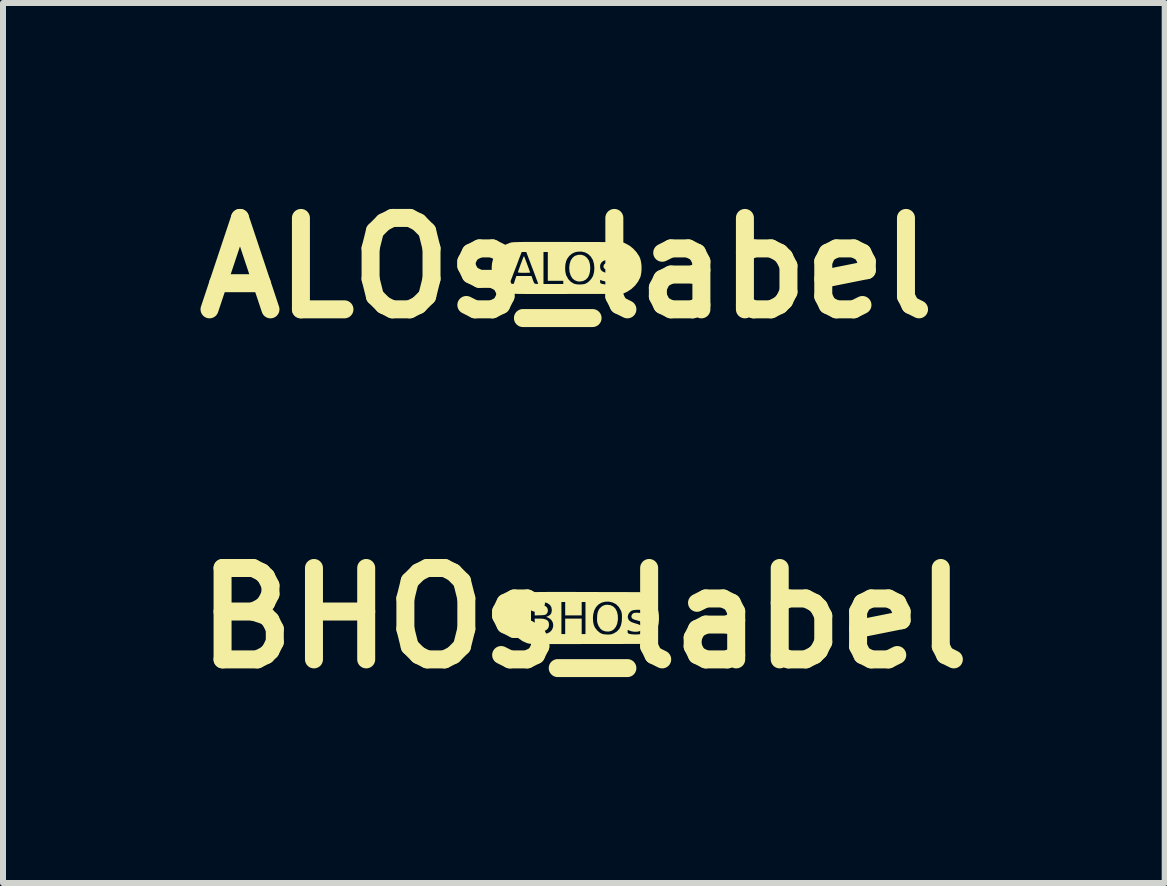
<source format=kicad_pcb>
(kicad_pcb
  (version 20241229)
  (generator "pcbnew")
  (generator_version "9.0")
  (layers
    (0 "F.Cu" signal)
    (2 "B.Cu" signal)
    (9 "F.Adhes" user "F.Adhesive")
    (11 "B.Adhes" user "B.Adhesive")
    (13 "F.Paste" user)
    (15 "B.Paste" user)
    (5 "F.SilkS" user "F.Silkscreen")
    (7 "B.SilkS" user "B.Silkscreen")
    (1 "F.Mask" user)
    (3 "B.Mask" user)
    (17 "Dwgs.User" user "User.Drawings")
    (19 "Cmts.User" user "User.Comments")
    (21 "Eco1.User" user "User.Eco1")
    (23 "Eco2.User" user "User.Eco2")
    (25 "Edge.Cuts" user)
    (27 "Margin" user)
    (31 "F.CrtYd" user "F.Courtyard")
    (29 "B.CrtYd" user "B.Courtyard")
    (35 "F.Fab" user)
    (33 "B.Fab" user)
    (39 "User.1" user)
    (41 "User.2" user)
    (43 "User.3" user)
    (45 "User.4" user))
  (footprint "ALOs_label"
    (layer "F.Cu")
    (at 6.394 1.418)
    (property "Reference" "ALOs_label" (at 0 0 0) (layer "F.SilkS") (effects (font (size 1.524 1.524) (thickness 0.3))))
    (attr board_only exclude_from_pos_files exclude_from_bom)
    (fp_poly (pts (xy 0.249 -0.22) (xy 0.297 -0.205) (xy 0.338 -0.174) (xy 0.37 -0.13) (xy 0.378 -0.113) (xy 0.392 -0.062) (xy 0.397 -0.004) (xy 0.393 0.056) (xy 0.38 0.111) (xy 0.359 0.156) (xy 0.356 0.16) (xy 0.32 0.196) (xy 0.275 0.218) (xy 0.223 0.226) (xy 0.185 0.223) (xy 0.138 0.205) (xy 0.1 0.174) (xy 0.071 0.128) (xy 0.053 0.069) (xy 0.051 0.061) (xy 0.046 -0.005) (xy 0.053 -0.067) (xy 0.07 -0.122) (xy 0.098 -0.166) (xy 0.134 -0.198) (xy 0.145 -0.204) (xy 0.197 -0.22)) (stroke (width 0) (type solid)) (fill yes) (layer "F.SilkS"))
    (fp_poly (pts (xy -0.706 -0.192) (xy -0.703 -0.187) (xy -0.698 -0.175) (xy -0.688 -0.151) (xy -0.676 -0.117) (xy -0.661 -0.078) (xy -0.646 -0.037) (xy -0.631 0.002) (xy -0.619 0.037) (xy -0.61 0.062) (xy -0.605 0.075) (xy -0.605 0.076) (xy -0.614 0.078) (xy -0.636 0.079) (xy -0.669 0.08) (xy -0.708 0.08) (xy -0.748 0.08) (xy -0.781 0.078) (xy -0.802 0.075) (xy -0.81 0.073) (xy -0.807 0.062) (xy -0.799 0.038) (xy -0.787 0.004) (xy -0.772 -0.036) (xy -0.771 -0.041) (xy -0.75 -0.096) (xy -0.735 -0.137) (xy -0.724 -0.165) (xy -0.717 -0.183) (xy -0.712 -0.192) (xy -0.708 -0.194)) (stroke (width 0) (type solid)) (fill yes) (layer "F.SilkS"))
    (fp_poly (pts (xy -0.313 -0.435) (xy -0.189 -0.435) (xy -0.048 -0.434) (xy 0.023 -0.434) (xy 0.93 -0.432) (xy 0.979 -0.412) (xy 1.049 -0.374) (xy 1.113 -0.323) (xy 1.169 -0.262) (xy 1.213 -0.195) (xy 1.23 -0.156) (xy 1.243 -0.105) (xy 1.251 -0.044) (xy 1.252 0.021) (xy 1.247 0.084) (xy 1.236 0.139) (xy 1.23 0.156) (xy 1.195 0.226) (xy 1.146 0.291) (xy 1.085 0.348) (xy 1.018 0.393) (xy 0.979 0.412) (xy 0.93 0.432) (xy 0.018 0.433) (xy -0.13 0.434) (xy -0.261 0.434) (xy -0.377 0.434) (xy -0.477 0.434) (xy -0.565 0.434) (xy -0.64 0.434) (xy -0.703 0.433) (xy -0.756 0.433) (xy -0.801 0.432) (xy -0.836 0.431) (xy -0.865 0.43) (xy -0.888 0.429) (xy -0.906 0.427) (xy -0.92 0.425) (xy -0.931 0.423) (xy -0.94 0.42) (xy -0.945 0.419) (xy -1.023 0.385) (xy -1.092 0.336) (xy -1.152 0.275) (xy -1.156 0.268) (xy -0.95 0.268) (xy -0.938 0.267) (xy -0.383 0.267) (xy -0.053 0.267) (xy -0.053 0.214) (xy -0.311 0.214) (xy -0.311 -0.008) (xy -0.022 -0.008) (xy -0.02 0.049) (xy -0.011 0.1) (xy -0.002 0.127) (xy 0.031 0.186) (xy 0.071 0.229) (xy 0.119 0.258) (xy 0.132 0.264) (xy 0.169 0.272) (xy 0.215 0.275) (xy 0.262 0.273) (xy 0.303 0.267) (xy 0.306 0.266) (xy 0.344 0.248) (xy 0.37 0.227) (xy 0.561 0.227) (xy 0.563 0.247) (xy 0.572 0.258) (xy 0.594 0.265) (xy 0.594 0.265) (xy 0.638 0.273) (xy 0.688 0.275) (xy 0.736 0.272) (xy 0.776 0.264) (xy 0.789 0.259) (xy 0.825 0.237) (xy 0.846 0.209) (xy 0.854 0.171) (xy 0.854 0.158) (xy 0.852 0.127) (xy 0.844 0.106) (xy 0.829 0.089) (xy 0.804 0.071) (xy 0.772 0.056) (xy 0.765 0.054) (xy 0.713 0.04) (xy 0.677 0.03) (xy 0.652 0.021) (xy 0.636 0.013) (xy 0.627 0.005) (xy 0.621 -0.005) (xy 0.617 -0.033) (xy 0.628 -0.06) (xy 0.652 -0.079) (xy 0.656 -0.081) (xy 0.679 -0.085) (xy 0.713 -0.087) (xy 0.751 -0.085) (xy 0.788 -0.082) (xy 0.816 -0.076) (xy 0.817 -0.076) (xy 0.831 -0.073) (xy 0.836 -0.082) (xy 0.837 -0.096) (xy 0.836 -0.11) (xy 0.831 -0.119) (xy 0.818 -0.125) (xy 0.793 -0.13) (xy 0.774 -0.134) (xy 0.711 -0.139) (xy 0.657 -0.133) (xy 0.613 -0.117) (xy 0.582 -0.091) (xy 0.564 -0.056) (xy 0.561 -0.028) (xy 0.564 0.007) (xy 0.576 0.035) (xy 0.599 0.056) (xy 0.635 0.073) (xy 0.686 0.089) (xy 0.692 0.09) (xy 0.737 0.104) (xy 0.768 0.119) (xy 0.781 0.13) (xy 0.797 0.153) (xy 0.799 0.172) (xy 0.785 0.195) (xy 0.78 0.201) (xy 0.752 0.221) (xy 0.713 0.23) (xy 0.666 0.229) (xy 0.613 0.216) (xy 0.612 0.216) (xy 0.561 0.199) (xy 0.561 0.227) (xy 0.37 0.227) (xy 0.382 0.217) (xy 0.416 0.178) (xy 0.441 0.136) (xy 0.445 0.126) (xy 0.461 0.065) (xy 0.465 -0.003) (xy 0.459 -0.069) (xy 0.442 -0.128) (xy 0.44 -0.134) (xy 0.406 -0.19) (xy 0.361 -0.233) (xy 0.308 -0.261) (xy 0.247 -0.274) (xy 0.181 -0.271) (xy 0.142 -0.262) (xy 0.093 -0.239) (xy 0.048 -0.202) (xy 0.013 -0.155) (xy -0.005 -0.115) (xy -0.017 -0.065) (xy -0.022 -0.008) (xy -0.311 -0.008) (xy -0.311 -0.267) (xy -0.383 -0.267) (xy -0.383 0.267) (xy -0.938 0.267) (xy -0.878 0.263) (xy -0.857 0.198) (xy -0.835 0.133) (xy -0.583 0.133) (xy -0.56 0.198) (xy -0.548 0.231) (xy -0.538 0.25) (xy -0.529 0.26) (xy -0.516 0.264) (xy -0.504 0.265) (xy -0.483 0.266) (xy -0.472 0.264) (xy -0.472 0.263) (xy -0.475 0.253) (xy -0.483 0.229) (xy -0.497 0.193) (xy -0.514 0.146) (xy -0.535 0.09) (xy -0.558 0.028) (xy -0.571 -0.005) (xy -0.67 -0.267) (xy -0.746 -0.267) (xy -0.778 -0.185) (xy -0.791 -0.151) (xy -0.808 -0.105) (xy -0.829 -0.049) (xy -0.852 0.01) (xy -0.875 0.071) (xy -0.88 0.083) (xy -0.95 0.268) (xy -1.156 0.268) (xy -1.199 0.203) (xy -1.225 0.143) (xy -1.241 0.076) (xy -1.247 0.002) (xy -1.242 -0.073) (xy -1.226 -0.141) (xy -1.225 -0.143) (xy -1.188 -0.223) (xy -1.138 -0.292) (xy -1.075 -0.35) (xy -1.003 -0.395) (xy -0.934 -0.422) (xy -0.924 -0.424) (xy -0.912 -0.427) (xy -0.897 -0.428) (xy -0.877 -0.43) (xy -0.851 -0.431) (xy -0.818 -0.432) (xy -0.778 -0.433) (xy -0.729 -0.434) (xy -0.67 -0.434) (xy -0.6 -0.435) (xy -0.518 -0.435) (xy -0.423 -0.435)) (stroke (width 0) (type solid)) (fill yes) (layer "F.SilkS")))
  (footprint "BHOs_label"
    (layer "F.Cu")
    (at 6.684 7.254)
    (property "Reference" "BHOs_label" (at 0 0 0) (layer "F.SilkS") (effects (font (size 1.524 1.524) (thickness 0.3))))
    (attr board_only exclude_from_pos_files exclude_from_bom)
    (fp_poly (pts (xy -0.711 -0.212) (xy -0.677 -0.209) (xy -0.652 -0.204) (xy -0.651 -0.204) (xy -0.623 -0.186) (xy -0.605 -0.157) (xy -0.599 -0.124) (xy -0.606 -0.092) (xy -0.624 -0.066) (xy -0.637 -0.057) (xy -0.655 -0.052) (xy -0.683 -0.048) (xy -0.725 -0.046) (xy -0.731 -0.046) (xy -0.819 -0.043) (xy -0.819 -0.214) (xy -0.749 -0.214)) (stroke (width 0) (type solid)) (fill yes) (layer "F.SilkS"))
    (fp_poly (pts (xy -0.741 0.009) (xy -0.68 0.012) (xy -0.634 0.024) (xy -0.603 0.043) (xy -0.586 0.071) (xy -0.581 0.11) (xy -0.582 0.124) (xy -0.589 0.157) (xy -0.605 0.181) (xy -0.613 0.189) (xy -0.627 0.2) (xy -0.64 0.207) (xy -0.658 0.211) (xy -0.684 0.213) (xy -0.722 0.214) (xy -0.73 0.214) (xy -0.819 0.214) (xy -0.819 0.009)) (stroke (width 0) (type solid)) (fill yes) (layer "F.SilkS"))
    (fp_poly (pts (xy 0.447 -0.214) (xy 0.492 -0.191) (xy 0.527 -0.155) (xy 0.552 -0.106) (xy 0.566 -0.046) (xy 0.568 0.024) (xy 0.567 0.031) (xy 0.556 0.095) (xy 0.533 0.148) (xy 0.501 0.188) (xy 0.459 0.215) (xy 0.41 0.226) (xy 0.355 0.222) (xy 0.353 0.221) (xy 0.309 0.205) (xy 0.275 0.177) (xy 0.247 0.134) (xy 0.244 0.129) (xy 0.231 0.097) (xy 0.223 0.067) (xy 0.22 0.03) (xy 0.22 0.011) (xy 0.223 -0.052) (xy 0.233 -0.102) (xy 0.252 -0.143) (xy 0.269 -0.166) (xy 0.309 -0.201) (xy 0.355 -0.219) (xy 0.394 -0.222)) (stroke (width 0) (type solid)) (fill yes) (layer "F.SilkS"))
    (fp_poly (pts (xy -0.313 -0.435) (xy -0.189 -0.435) (xy -0.048 -0.434) (xy 0.023 -0.434) (xy 0.93 -0.432) (xy 0.979 -0.412) (xy 1.049 -0.374) (xy 1.113 -0.323) (xy 1.169 -0.262) (xy 1.213 -0.195) (xy 1.23 -0.156) (xy 1.243 -0.105) (xy 1.251 -0.044) (xy 1.252 0.021) (xy 1.247 0.084) (xy 1.236 0.139) (xy 1.23 0.156) (xy 1.195 0.226) (xy 1.146 0.291) (xy 1.085 0.348) (xy 1.018 0.393) (xy 0.979 0.412) (xy 0.93 0.432) (xy 0.018 0.433) (xy -0.13 0.434) (xy -0.261 0.434) (xy -0.377 0.434) (xy -0.477 0.434) (xy -0.565 0.434) (xy -0.64 0.434) (xy -0.703 0.433) (xy -0.756 0.433) (xy -0.801 0.432) (xy -0.836 0.431) (xy -0.865 0.43) (xy -0.888 0.429) (xy -0.906 0.427) (xy -0.92 0.425) (xy -0.931 0.423) (xy -0.94 0.42) (xy -0.945 0.419) (xy -1.023 0.385) (xy -1.092 0.336) (xy -1.152 0.275) (xy -1.199 0.203) (xy -1.225 0.143) (xy -1.241 0.076) (xy -1.247 0.002) (xy -1.242 -0.073) (xy -1.226 -0.141) (xy -1.225 -0.143) (xy -1.188 -0.223) (xy -1.154 -0.269) (xy -0.881 -0.269) (xy -0.881 0.267) (xy -0.764 0.267) (xy -0.374 0.267) (xy -0.311 0.267) (xy -0.311 0.009) (xy -0.036 0.009) (xy -0.036 0.267) (xy 0.027 0.267) (xy 0.027 -0.001) (xy 0.151 -0.001) (xy 0.155 0.064) (xy 0.166 0.116) (xy 0.186 0.161) (xy 0.218 0.201) (xy 0.225 0.209) (xy 0.259 0.239) (xy 0.292 0.259) (xy 0.329 0.27) (xy 0.376 0.274) (xy 0.397 0.275) (xy 0.437 0.274) (xy 0.468 0.268) (xy 0.498 0.256) (xy 0.505 0.253) (xy 0.546 0.227) (xy 0.73 0.227) (xy 0.732 0.247) (xy 0.741 0.257) (xy 0.762 0.265) (xy 0.763 0.265) (xy 0.798 0.271) (xy 0.841 0.274) (xy 0.885 0.274) (xy 0.924 0.271) (xy 0.953 0.264) (xy 0.955 0.264) (xy 0.993 0.239) (xy 1.019 0.205) (xy 1.029 0.172) (xy 1.027 0.133) (xy 1.01 0.1) (xy 0.977 0.073) (xy 0.928 0.051) (xy 0.893 0.041) (xy 0.847 0.028) (xy 0.817 0.015) (xy 0.8 0.000231) (xy 0.793 -0.018) (xy 0.792 -0.026) (xy 0.8 -0.057) (xy 0.822 -0.078) (xy 0.842 -0.086) (xy 0.865 -0.088) (xy 0.898 -0.088) (xy 0.935 -0.085) (xy 0.967 -0.081) (xy 0.99 -0.076) (xy 0.99 -0.076) (xy 1.001 -0.074) (xy 1.005 -0.085) (xy 1.006 -0.097) (xy 1.004 -0.115) (xy 0.994 -0.125) (xy 0.972 -0.131) (xy 0.927 -0.137) (xy 0.879 -0.137) (xy 0.835 -0.133) (xy 0.8 -0.124) (xy 0.791 -0.119) (xy 0.761 -0.093) (xy 0.74 -0.059) (xy 0.732 -0.022) (xy 0.734 -0.005) (xy 0.744 0.025) (xy 0.765 0.049) (xy 0.798 0.069) (xy 0.847 0.086) (xy 0.861 0.09) (xy 0.913 0.106) (xy 0.948 0.124) (xy 0.967 0.144) (xy 0.971 0.168) (xy 0.961 0.196) (xy 0.961 0.196) (xy 0.943 0.213) (xy 0.911 0.224) (xy 0.872 0.229) (xy 0.827 0.227) (xy 0.783 0.218) (xy 0.76 0.209) (xy 0.73 0.197) (xy 0.73 0.227) (xy 0.546 0.227) (xy 0.555 0.22) (xy 0.593 0.178) (xy 0.618 0.124) (xy 0.632 0.059) (xy 0.635 0) (xy 0.635 -0.045) (xy 0.632 -0.077) (xy 0.626 -0.103) (xy 0.616 -0.129) (xy 0.581 -0.187) (xy 0.536 -0.231) (xy 0.481 -0.259) (xy 0.42 -0.273) (xy 0.353 -0.272) (xy 0.294 -0.256) (xy 0.243 -0.225) (xy 0.203 -0.182) (xy 0.173 -0.126) (xy 0.156 -0.06) (xy 0.151 -0.001) (xy 0.027 -0.001) (xy 0.027 -0.267) (xy -0.036 -0.267) (xy -0.036 -0.044) (xy -0.311 -0.044) (xy -0.311 -0.267) (xy -0.374 -0.267) (xy -0.374 0.267) (xy -0.764 0.267) (xy -0.717 0.266) (xy -0.672 0.264) (xy -0.636 0.261) (xy -0.613 0.257) (xy -0.612 0.256) (xy -0.569 0.236) (xy -0.537 0.204) (xy -0.517 0.164) (xy -0.51 0.121) (xy -0.517 0.077) (xy -0.539 0.037) (xy -0.541 0.034) (xy -0.565 0.012) (xy -0.593 -0.005) (xy -0.595 -0.006) (xy -0.626 -0.019) (xy -0.591 -0.035) (xy -0.559 -0.056) (xy -0.541 -0.086) (xy -0.534 -0.129) (xy -0.534 -0.136) (xy -0.542 -0.182) (xy -0.566 -0.219) (xy -0.602 -0.245) (xy -0.621 -0.253) (xy -0.644 -0.258) (xy -0.676 -0.262) (xy -0.719 -0.264) (xy -0.759 -0.265) (xy -0.881 -0.269) (xy -1.154 -0.269) (xy -1.138 -0.292) (xy -1.075 -0.35) (xy -1.003 -0.395) (xy -0.934 -0.422) (xy -0.924 -0.424) (xy -0.912 -0.427) (xy -0.897 -0.428) (xy -0.877 -0.43) (xy -0.851 -0.431) (xy -0.818 -0.432) (xy -0.778 -0.433) (xy -0.729 -0.434) (xy -0.67 -0.434) (xy -0.6 -0.435) (xy -0.518 -0.435) (xy -0.423 -0.435)) (stroke (width 0) (type solid)) (fill yes) (layer "F.SilkS")))
  (gr_rect
    (start -3 -3)
    (end 16.368 11.672)
    (stroke (width 0.1) (type default))
    (fill no)
    (layer "Edge.Cuts")))
</source>
